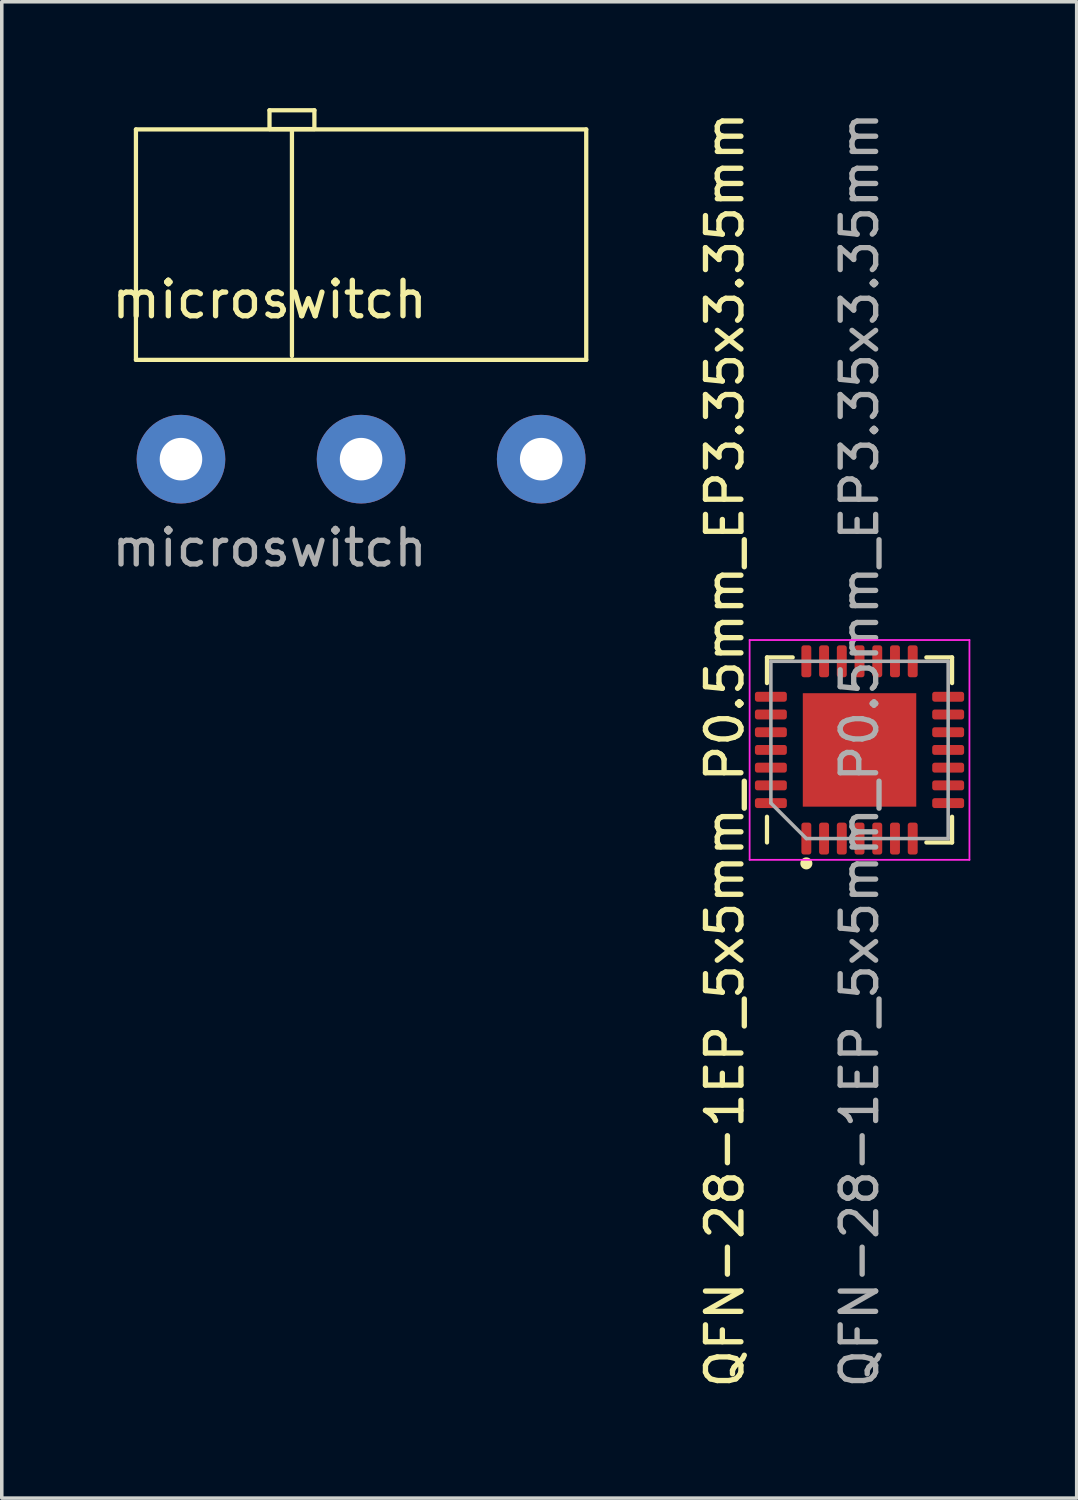
<source format=kicad_pcb>
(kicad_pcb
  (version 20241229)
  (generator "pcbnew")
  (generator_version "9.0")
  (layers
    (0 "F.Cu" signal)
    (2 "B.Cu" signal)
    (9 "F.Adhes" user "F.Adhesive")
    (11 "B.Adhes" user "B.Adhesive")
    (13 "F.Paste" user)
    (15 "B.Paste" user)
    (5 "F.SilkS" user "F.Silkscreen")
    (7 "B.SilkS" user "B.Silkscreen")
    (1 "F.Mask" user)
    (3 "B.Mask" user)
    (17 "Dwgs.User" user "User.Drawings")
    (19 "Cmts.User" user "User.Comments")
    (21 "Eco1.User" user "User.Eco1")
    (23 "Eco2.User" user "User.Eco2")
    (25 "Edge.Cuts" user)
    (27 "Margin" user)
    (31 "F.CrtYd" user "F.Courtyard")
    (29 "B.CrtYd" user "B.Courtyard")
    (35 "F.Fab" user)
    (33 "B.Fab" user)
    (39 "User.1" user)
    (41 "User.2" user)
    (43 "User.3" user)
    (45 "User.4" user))
  (footprint "microswitch"
    (layer "F.Cu")
    (at 7.134 9.9)
    (property "Reference" "microswitch" (at -2.58 -4.5 0) (layer "F.SilkS") (effects (font (size 1 1) (thickness 0.15))))
    (attr through_hole)
    (fp_line (start -6.35 -9.3) (end -6.35 -2.8) (stroke (width 0.12) (type default)) (layer "F.SilkS"))
    (fp_line (start -6.35 -9.3) (end 6.35 -9.3) (stroke (width 0.12) (type default)) (layer "F.SilkS"))
    (fp_line (start -6.35 -2.8) (end 6.35 -2.8) (stroke (width 0.12) (type default)) (layer "F.SilkS"))
    (fp_line (start -2.583 -9.84) (end -2.583 -9.31) (stroke (width 0.12) (type default)) (layer "F.SilkS"))
    (fp_line (start -2.583 -9.84) (end -1.317 -9.84) (stroke (width 0.12) (type default)) (layer "F.SilkS"))
    (fp_line (start -2.583 -9.31) (end -1.317 -9.31) (stroke (width 0.12) (type default)) (layer "F.SilkS"))
    (fp_line (start -1.95 -9.27) (end -1.95 -2.91) (stroke (width 0.12) (type default)) (layer "F.SilkS"))
    (fp_line (start -1.317 -9.31) (end -1.317 -9.84) (stroke (width 0.12) (type default)) (layer "F.SilkS"))
    (fp_line (start 6.35 -9.3) (end 6.35 -2.8) (stroke (width 0.12) (type default)) (layer "F.SilkS"))
    (fp_text user "${REFERENCE}" (at -2.58 2.5 0) (layer "F.Fab") (effects (font (size 1 1) (thickness 0.15))))
    (pad "" thru_hole circle (at 5.08 0) (size 2.5 2.5) (drill 1.2) (layers "*.Cu" "*.Mask"))
    (pad "1" thru_hole circle (at -5.08 0) (size 2.5 2.5) (drill 1.2) (layers "*.Cu" "*.Mask"))
    (pad "2" thru_hole circle (at 0 0) (size 2.5 2.5) (drill 1.2) (layers "*.Cu" "*.Mask")))
  (footprint "QFN-28-1EP_5x5mm_P0.5mm_EP3.35x3.35mm"
    (layer "F.Cu")
    (at 21.192 18.101)
    (property "Reference" "QFN-28-1EP_5x5mm_P0.5mm_EP3.35x3.35mm" (at -3.8 0 90) (layer "F.SilkS") (effects (font (size 1 1) (thickness 0.15))))
    (attr smd)
    (fp_line (start -2.61 -2.61) (end -1.885 -2.61) (stroke (width 0.12) (type solid)) (layer "F.SilkS"))
    (fp_line (start -2.61 -1.885) (end -2.61 -2.61) (stroke (width 0.12) (type solid)) (layer "F.SilkS"))
    (fp_line (start -2.61 1.885) (end -2.61 2.61) (stroke (width 0.12) (type solid)) (layer "F.SilkS"))
    (fp_line (start 2.61 -2.61) (end 1.885 -2.61) (stroke (width 0.12) (type solid)) (layer "F.SilkS"))
    (fp_line (start 2.61 -1.885) (end 2.61 -2.61) (stroke (width 0.12) (type solid)) (layer "F.SilkS"))
    (fp_line (start 2.61 1.885) (end 2.61 2.61) (stroke (width 0.12) (type solid)) (layer "F.SilkS"))
    (fp_line (start 2.61 2.61) (end 1.885 2.61) (stroke (width 0.12) (type solid)) (layer "F.SilkS"))
    (fp_circle (center -1.5 3.2) (end -1.33 3.2) (stroke (width 0) (type solid)) (fill yes) (layer "F.SilkS"))
    (fp_line (start -3.1 -3.1) (end -3.1 3.1) (stroke (width 0.05) (type solid)) (layer "F.CrtYd"))
    (fp_line (start -3.1 3.1) (end 3.1 3.1) (stroke (width 0.05) (type solid)) (layer "F.CrtYd"))
    (fp_line (start 3.1 -3.1) (end -3.1 -3.1) (stroke (width 0.05) (type solid)) (layer "F.CrtYd"))
    (fp_line (start 3.1 3.1) (end 3.1 -3.1) (stroke (width 0.05) (type solid)) (layer "F.CrtYd"))
    (fp_line (start -2.5 -2.5) (end 2.5 -2.5) (stroke (width 0.1) (type solid)) (layer "F.Fab"))
    (fp_line (start -2.5 1.5) (end -2.5 -2.5) (stroke (width 0.1) (type solid)) (layer "F.Fab"))
    (fp_line (start -1.5 2.5) (end -2.5 1.5) (stroke (width 0.1) (type solid)) (layer "F.Fab"))
    (fp_line (start 2.5 -2.5) (end 2.5 2.5) (stroke (width 0.1) (type solid)) (layer "F.Fab"))
    (fp_line (start 2.5 2.5) (end -1.5 2.5) (stroke (width 0.1) (type solid)) (layer "F.Fab"))
    (fp_text user "${REFERENCE}" (at 0 0 90) (layer "F.Fab") (effects (font (size 1 1) (thickness 0.15))))
    (pad "" smd roundrect (at -1.12 -1.12) (size 0.9 0.9) (layers "F.Paste") (roundrect_rratio 0.25))
    (pad "" smd roundrect (at -1.12 0) (size 0.9 0.9) (layers "F.Paste") (roundrect_rratio 0.25))
    (pad "" smd roundrect (at -1.12 1.12) (size 0.9 0.9) (layers "F.Paste") (roundrect_rratio 0.25))
    (pad "" smd roundrect (at 0 -1.12) (size 0.9 0.9) (layers "F.Paste") (roundrect_rratio 0.25))
    (pad "" smd roundrect (at 0 0) (size 0.9 0.9) (layers "F.Paste") (roundrect_rratio 0.25))
    (pad "" smd roundrect (at 0 1.12) (size 0.9 0.9) (layers "F.Paste") (roundrect_rratio 0.25))
    (pad "" smd roundrect (at 1.12 -1.12) (size 0.9 0.9) (layers "F.Paste") (roundrect_rratio 0.25))
    (pad "" smd roundrect (at 1.12 0) (size 0.9 0.9) (layers "F.Paste") (roundrect_rratio 0.25))
    (pad "" smd roundrect (at 1.12 1.12) (size 0.9 0.9) (layers "F.Paste") (roundrect_rratio 0.25))
    (pad "1" smd roundrect (at -1.5 2.5) (size 0.28 0.9) (layers "F.Cu" "F.Mask" "F.Paste") (roundrect_rratio 0.25))
    (pad "2" smd roundrect (at -1 2.5) (size 0.28 0.9) (layers "F.Cu" "F.Mask" "F.Paste") (roundrect_rratio 0.25))
    (pad "3" smd roundrect (at -0.5 2.5) (size 0.28 0.9) (layers "F.Cu" "F.Mask" "F.Paste") (roundrect_rratio 0.25))
    (pad "4" smd roundrect (at 0 2.5) (size 0.28 0.9) (layers "F.Cu" "F.Mask" "F.Paste") (roundrect_rratio 0.25))
    (pad "5" smd roundrect (at 0.5 2.5) (size 0.28 0.9) (layers "F.Cu" "F.Mask" "F.Paste") (roundrect_rratio 0.25))
    (pad "6" smd roundrect (at 1 2.5) (size 0.28 0.9) (layers "F.Cu" "F.Mask" "F.Paste") (roundrect_rratio 0.25))
    (pad "7" smd roundrect (at 1.5 2.5) (size 0.28 0.9) (layers "F.Cu" "F.Mask" "F.Paste") (roundrect_rratio 0.25))
    (pad "8" smd roundrect (at 2.5 1.5) (size 0.9 0.28) (layers "F.Cu" "F.Mask" "F.Paste") (roundrect_rratio 0.25))
    (pad "9" smd roundrect (at 2.5 1) (size 0.9 0.28) (layers "F.Cu" "F.Mask" "F.Paste") (roundrect_rratio 0.25))
    (pad "10" smd roundrect (at 2.5 0.5) (size 0.9 0.28) (layers "F.Cu" "F.Mask" "F.Paste") (roundrect_rratio 0.25))
    (pad "11" smd roundrect (at 2.5 0) (size 0.9 0.28) (layers "F.Cu" "F.Mask" "F.Paste") (roundrect_rratio 0.25))
    (pad "12" smd roundrect (at 2.5 -0.5) (size 0.9 0.28) (layers "F.Cu" "F.Mask" "F.Paste") (roundrect_rratio 0.25))
    (pad "13" smd roundrect (at 2.5 -1) (size 0.9 0.28) (layers "F.Cu" "F.Mask" "F.Paste") (roundrect_rratio 0.25))
    (pad "14" smd roundrect (at 2.5 -1.5) (size 0.9 0.28) (layers "F.Cu" "F.Mask" "F.Paste") (roundrect_rratio 0.25))
    (pad "15" smd roundrect (at 1.5 -2.5) (size 0.28 0.9) (layers "F.Cu" "F.Mask" "F.Paste") (roundrect_rratio 0.25))
    (pad "16" smd roundrect (at 1 -2.5) (size 0.28 0.9) (layers "F.Cu" "F.Mask" "F.Paste") (roundrect_rratio 0.25))
    (pad "17" smd roundrect (at 0.5 -2.5) (size 0.28 0.9) (layers "F.Cu" "F.Mask" "F.Paste") (roundrect_rratio 0.25))
    (pad "18" smd roundrect (at 0 -2.5) (size 0.28 0.9) (layers "F.Cu" "F.Mask" "F.Paste") (roundrect_rratio 0.25))
    (pad "19" smd roundrect (at -0.5 -2.5) (size 0.28 0.9) (layers "F.Cu" "F.Mask" "F.Paste") (roundrect_rratio 0.25))
    (pad "20" smd roundrect (at -1 -2.5) (size 0.28 0.9) (layers "F.Cu" "F.Mask" "F.Paste") (roundrect_rratio 0.25))
    (pad "21" smd roundrect (at -1.5 -2.5) (size 0.28 0.9) (layers "F.Cu" "F.Mask" "F.Paste") (roundrect_rratio 0.25))
    (pad "22" smd roundrect (at -2.5 -1.5) (size 0.9 0.28) (layers "F.Cu" "F.Mask" "F.Paste") (roundrect_rratio 0.25))
    (pad "23" smd roundrect (at -2.5 -1) (size 0.9 0.28) (layers "F.Cu" "F.Mask" "F.Paste") (roundrect_rratio 0.25))
    (pad "24" smd roundrect (at -2.5 -0.5) (size 0.9 0.28) (layers "F.Cu" "F.Mask" "F.Paste") (roundrect_rratio 0.25))
    (pad "25" smd roundrect (at -2.5 0) (size 0.9 0.28) (layers "F.Cu" "F.Mask" "F.Paste") (roundrect_rratio 0.25))
    (pad "26" smd roundrect (at -2.5 0.5) (size 0.9 0.28) (layers "F.Cu" "F.Mask" "F.Paste") (roundrect_rratio 0.25))
    (pad "27" smd roundrect (at -2.5 1) (size 0.9 0.28) (layers "F.Cu" "F.Mask" "F.Paste") (roundrect_rratio 0.25))
    (pad "28" smd roundrect (at -2.5 1.5) (size 0.9 0.28) (layers "F.Cu" "F.Mask" "F.Paste") (roundrect_rratio 0.25))
    (pad "29" smd rect (at 0 0) (size 3.2 3.2) (layers "F.Cu" "F.Mask")))
  (gr_rect
    (start -3 -3)
    (end 27.317 39.202)
    (stroke (width 0.1) (type default))
    (fill no)
    (layer "Edge.Cuts")))
</source>
